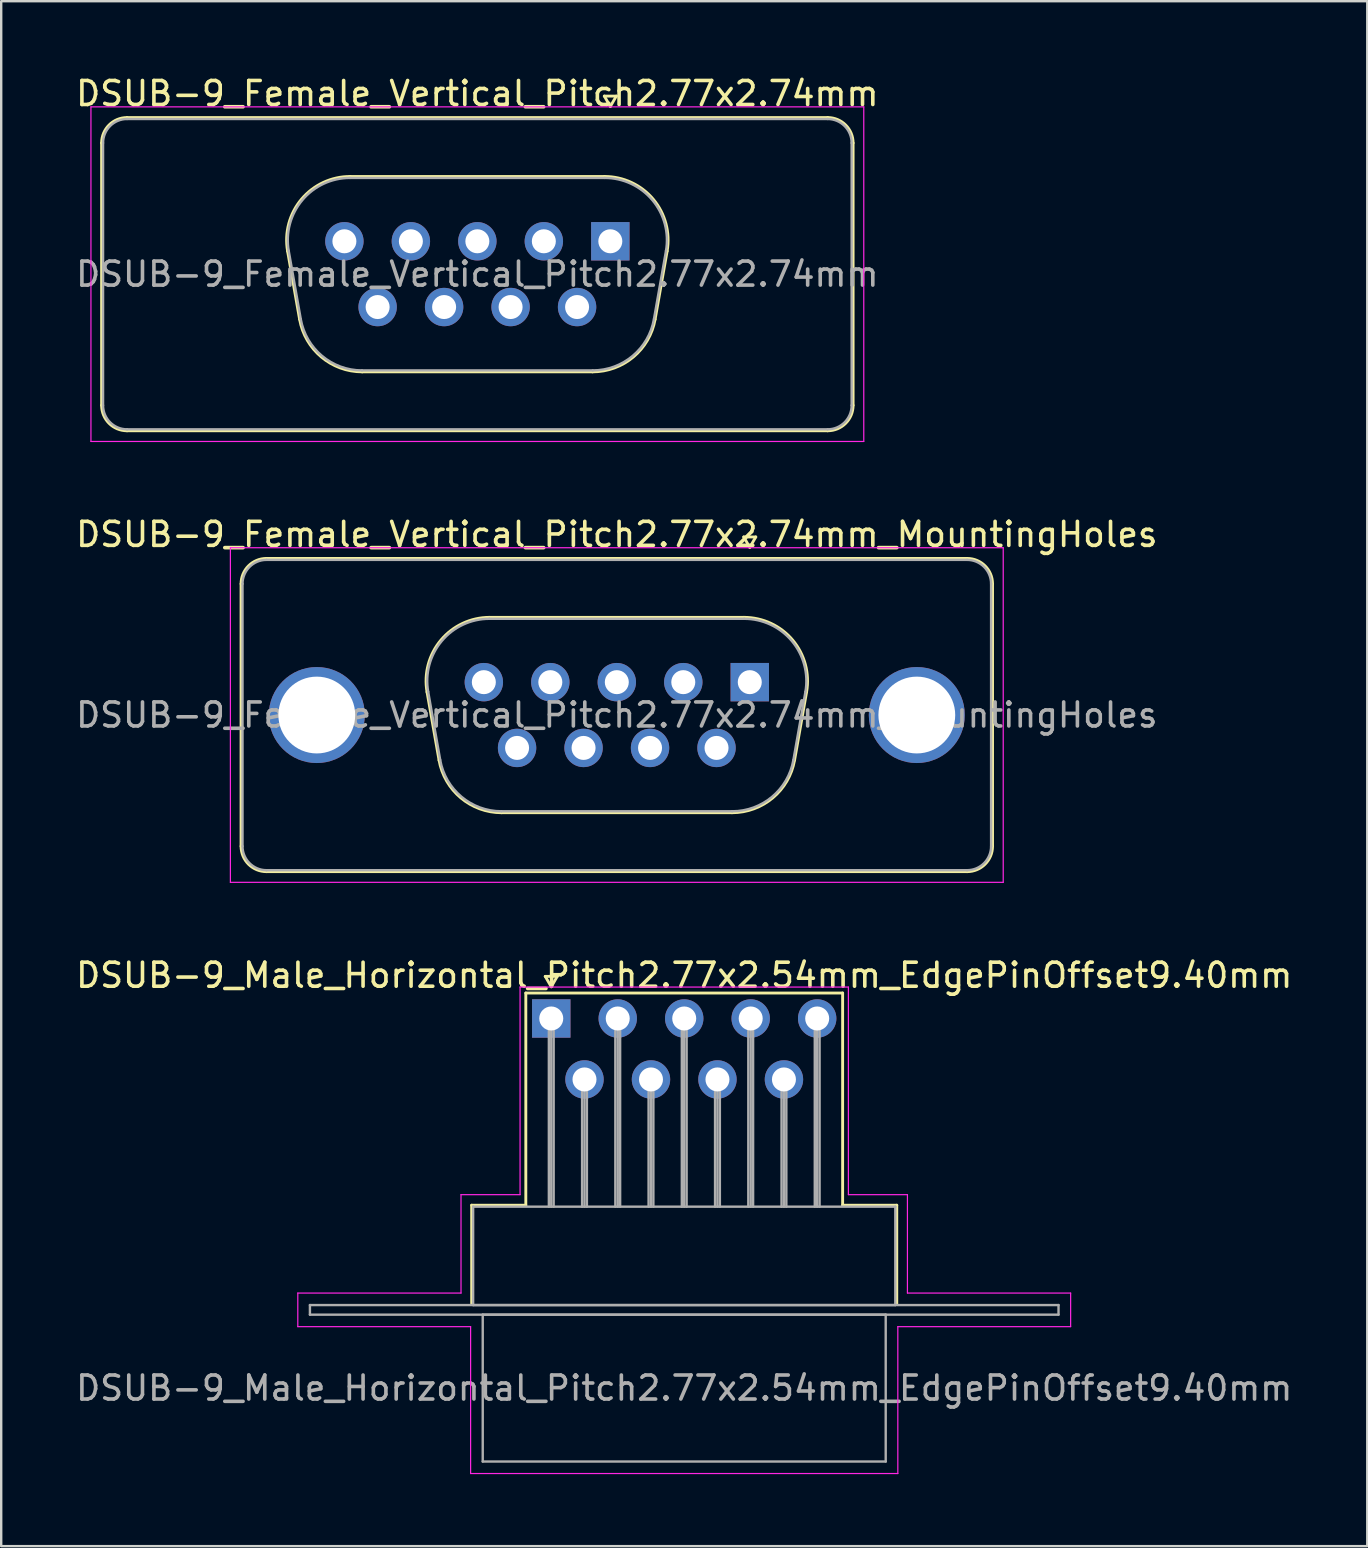
<source format=kicad_pcb>
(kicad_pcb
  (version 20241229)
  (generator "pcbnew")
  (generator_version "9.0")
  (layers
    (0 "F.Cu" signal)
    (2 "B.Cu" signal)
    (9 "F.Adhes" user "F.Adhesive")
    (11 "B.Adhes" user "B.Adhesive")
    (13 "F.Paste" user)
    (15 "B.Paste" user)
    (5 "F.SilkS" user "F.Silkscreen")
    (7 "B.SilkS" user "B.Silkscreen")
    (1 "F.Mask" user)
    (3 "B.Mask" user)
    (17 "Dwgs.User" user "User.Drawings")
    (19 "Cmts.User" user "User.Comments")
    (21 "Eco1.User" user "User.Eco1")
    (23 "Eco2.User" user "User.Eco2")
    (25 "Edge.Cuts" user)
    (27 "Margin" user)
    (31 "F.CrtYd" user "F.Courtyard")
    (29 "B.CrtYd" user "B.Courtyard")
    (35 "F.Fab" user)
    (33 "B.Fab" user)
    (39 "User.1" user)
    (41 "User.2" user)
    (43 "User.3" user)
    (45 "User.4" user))
  (footprint "DSUB-9_Female_Vertical_Pitch2.77x2.74mm_MountingHoles"
    (layer "F.Cu")
    (at 28.189 25.372)
    (property "Reference" "DSUB-9_Female_Vertical_Pitch2.77x2.74mm_MountingHoles" (at -5.54 -6.155 0) (layer "F.SilkS") (effects (font (size 1 1) (thickness 0.15))))
    (attr through_hole)
    (fp_line (start -21.195 6.835) (end -21.195 -4.095) (stroke (width 0.12) (type solid)) (layer "F.SilkS"))
    (fp_line (start -20.135 -5.155) (end 9.055 -5.155) (stroke (width 0.12) (type solid)) (layer "F.SilkS"))
    (fp_line (start -13.447 0.41) (end -12.946 3.25) (stroke (width 0.12) (type solid)) (layer "F.SilkS"))
    (fp_line (start -10.837 -2.7) (end -0.243 -2.7) (stroke (width 0.12) (type solid)) (layer "F.SilkS"))
    (fp_line (start -10.336 5.44) (end -0.744 5.44) (stroke (width 0.12) (type solid)) (layer "F.SilkS"))
    (fp_line (start -0.25 -6.049) (end 0.25 -6.049) (stroke (width 0.12) (type solid)) (layer "F.SilkS"))
    (fp_line (start 0 -5.616) (end -0.25 -6.049) (stroke (width 0.12) (type solid)) (layer "F.SilkS"))
    (fp_line (start 0.25 -6.049) (end 0 -5.616) (stroke (width 0.12) (type solid)) (layer "F.SilkS"))
    (fp_line (start 2.367 0.41) (end 1.866 3.25) (stroke (width 0.12) (type solid)) (layer "F.SilkS"))
    (fp_line (start 9.055 7.895) (end -20.135 7.895) (stroke (width 0.12) (type solid)) (layer "F.SilkS"))
    (fp_line (start 10.115 -4.095) (end 10.115 6.835) (stroke (width 0.12) (type solid)) (layer "F.SilkS"))
    (fp_arc (start -21.195 -4.095) (mid -20.884533 -4.844533) (end -20.135 -5.155) (stroke (width 0.12) (type solid)) (layer "F.SilkS"))
    (fp_arc (start -20.135 7.895) (mid -20.884533 7.584533) (end -21.195 6.835) (stroke (width 0.12) (type solid)) (layer "F.SilkS"))
    (fp_arc (start -13.446594 0.410168) (mid -12.866871 -1.753387) (end -10.836853 -2.7) (stroke (width 0.12) (type solid)) (layer "F.SilkS"))
    (fp_arc (start -10.336084 5.44) (mid -12.039471 4.820018) (end -12.945825 3.250168) (stroke (width 0.12) (type solid)) (layer "F.SilkS"))
    (fp_arc (start -0.243147 -2.7) (mid 1.786871 -1.753387) (end 2.366594 0.410168) (stroke (width 0.12) (type solid)) (layer "F.SilkS"))
    (fp_arc (start 1.865825 3.250168) (mid 0.959471 4.820018) (end -0.743916 5.44) (stroke (width 0.12) (type solid)) (layer "F.SilkS"))
    (fp_arc (start 9.055 -5.155) (mid 9.804533 -4.844533) (end 10.115 -4.095) (stroke (width 0.12) (type solid)) (layer "F.SilkS"))
    (fp_arc (start 10.115 6.835) (mid 9.804533 7.584533) (end 9.055 7.895) (stroke (width 0.12) (type solid)) (layer "F.SilkS"))
    (fp_line (start -21.64 -5.6) (end -21.64 8.34) (stroke (width 0.05) (type solid)) (layer "F.CrtYd"))
    (fp_line (start -21.64 8.34) (end 10.56 8.34) (stroke (width 0.05) (type solid)) (layer "F.CrtYd"))
    (fp_line (start 10.56 -5.6) (end -21.64 -5.6) (stroke (width 0.05) (type solid)) (layer "F.CrtYd"))
    (fp_line (start 10.56 8.34) (end 10.56 -5.6) (stroke (width 0.05) (type solid)) (layer "F.CrtYd"))
    (fp_line (start -21.135 6.835) (end -21.135 -4.095) (stroke (width 0.1) (type solid)) (layer "F.Fab"))
    (fp_line (start -20.135 -5.095) (end 9.055 -5.095) (stroke (width 0.1) (type solid)) (layer "F.Fab"))
    (fp_line (start -13.399 0.4) (end -12.898 3.24) (stroke (width 0.1) (type solid)) (layer "F.Fab"))
    (fp_line (start -10.848 -2.64) (end -0.232 -2.64) (stroke (width 0.1) (type solid)) (layer "F.Fab"))
    (fp_line (start -10.348 5.38) (end -0.732 5.38) (stroke (width 0.1) (type solid)) (layer "F.Fab"))
    (fp_line (start 2.319 0.4) (end 1.818 3.24) (stroke (width 0.1) (type solid)) (layer "F.Fab"))
    (fp_line (start 9.055 7.835) (end -20.135 7.835) (stroke (width 0.1) (type solid)) (layer "F.Fab"))
    (fp_line (start 10.055 -4.095) (end 10.055 6.835) (stroke (width 0.1) (type solid)) (layer "F.Fab"))
    (fp_arc (start -21.135 -4.095) (mid -20.842107 -4.802107) (end -20.135 -5.095) (stroke (width 0.1) (type solid)) (layer "F.Fab"))
    (fp_arc (start -20.135 7.835) (mid -20.842107 7.542107) (end -21.135 6.835) (stroke (width 0.1) (type solid)) (layer "F.Fab"))
    (fp_arc (start -13.39901 0.399749) (mid -12.832413 -1.71482) (end -10.848358 -2.64) (stroke (width 0.1) (type solid)) (layer "F.Fab"))
    (fp_arc (start -10.34759 5.38) (mid -12.01241 4.774055) (end -12.898242 3.239749) (stroke (width 0.1) (type solid)) (layer "F.Fab"))
    (fp_arc (start -0.231642 -2.64) (mid 1.752413 -1.71482) (end 2.31901 0.399749) (stroke (width 0.1) (type solid)) (layer "F.Fab"))
    (fp_arc (start 1.818242 3.239749) (mid 0.93241 4.774055) (end -0.73241 5.38) (stroke (width 0.1) (type solid)) (layer "F.Fab"))
    (fp_arc (start 9.055 -5.095) (mid 9.762107 -4.802107) (end 10.055 -4.095) (stroke (width 0.1) (type solid)) (layer "F.Fab"))
    (fp_arc (start 10.055 6.835) (mid 9.762107 7.542107) (end 9.055 7.835) (stroke (width 0.1) (type solid)) (layer "F.Fab"))
    (fp_text user "${REFERENCE}" (at -5.54 1.37 0) (layer "F.Fab") (effects (font (size 1 1) (thickness 0.15))))
    (pad "0" thru_hole circle (at -18.04 1.37) (size 4 4) (drill 3.2) (layers "*.Cu" "*.Mask"))
    (pad "0" thru_hole circle (at 6.96 1.37) (size 4 4) (drill 3.2) (layers "*.Cu" "*.Mask"))
    (pad "1" thru_hole rect (at 0 0) (size 1.6 1.6) (drill 1) (layers "*.Cu" "*.Mask"))
    (pad "2" thru_hole circle (at -2.77 0) (size 1.6 1.6) (drill 1) (layers "*.Cu" "*.Mask"))
    (pad "3" thru_hole circle (at -5.54 0) (size 1.6 1.6) (drill 1) (layers "*.Cu" "*.Mask"))
    (pad "4" thru_hole circle (at -8.31 0) (size 1.6 1.6) (drill 1) (layers "*.Cu" "*.Mask"))
    (pad "5" thru_hole circle (at -11.08 0) (size 1.6 1.6) (drill 1) (layers "*.Cu" "*.Mask"))
    (pad "6" thru_hole circle (at -1.385 2.74) (size 1.6 1.6) (drill 1) (layers "*.Cu" "*.Mask"))
    (pad "7" thru_hole circle (at -4.155 2.74) (size 1.6 1.6) (drill 1) (layers "*.Cu" "*.Mask"))
    (pad "8" thru_hole circle (at -6.925 2.74) (size 1.6 1.6) (drill 1) (layers "*.Cu" "*.Mask"))
    (pad "9" thru_hole circle (at -9.695 2.74) (size 1.6 1.6) (drill 1) (layers "*.Cu" "*.Mask")))
  (footprint "DSUB-9_Male_Horizontal_Pitch2.77x2.54mm_EdgePinOffset9.40mm"
    (layer "F.Cu")
    (at 19.918 39.385)
    (property "Reference" "DSUB-9_Male_Horizontal_Pitch2.77x2.54mm_EdgePinOffset9.40mm" (at 5.54 -1.8 0) (layer "F.SilkS") (effects (font (size 1 1) (thickness 0.15))))
    (attr through_hole)
    (fp_line (start -3.315 7.78) (end -1.06 7.78) (stroke (width 0.12) (type solid)) (layer "F.SilkS"))
    (fp_line (start -3.315 11.88) (end -3.315 7.78) (stroke (width 0.12) (type solid)) (layer "F.SilkS"))
    (fp_line (start -1.06 -1.06) (end 12.14 -1.06) (stroke (width 0.12) (type solid)) (layer "F.SilkS"))
    (fp_line (start -1.06 7.78) (end -1.06 -1.06) (stroke (width 0.12) (type solid)) (layer "F.SilkS"))
    (fp_line (start -0.25 -1.754) (end 0.25 -1.754) (stroke (width 0.12) (type solid)) (layer "F.SilkS"))
    (fp_line (start 0 -1.321) (end -0.25 -1.754) (stroke (width 0.12) (type solid)) (layer "F.SilkS"))
    (fp_line (start 0.25 -1.754) (end 0 -1.321) (stroke (width 0.12) (type solid)) (layer "F.SilkS"))
    (fp_line (start 12.14 -1.06) (end 12.14 7.78) (stroke (width 0.12) (type solid)) (layer "F.SilkS"))
    (fp_line (start 12.14 7.78) (end 14.395 7.78) (stroke (width 0.12) (type solid)) (layer "F.SilkS"))
    (fp_line (start 14.395 7.78) (end 14.395 11.88) (stroke (width 0.12) (type solid)) (layer "F.SilkS"))
    (fp_line (start -10.56 11.44) (end -3.76 11.44) (stroke (width 0.05) (type solid)) (layer "F.CrtYd"))
    (fp_line (start -10.56 12.84) (end -10.56 11.44) (stroke (width 0.05) (type solid)) (layer "F.CrtYd"))
    (fp_line (start -3.76 7.34) (end -1.3 7.34) (stroke (width 0.05) (type solid)) (layer "F.CrtYd"))
    (fp_line (start -3.76 11.44) (end -3.76 7.34) (stroke (width 0.05) (type solid)) (layer "F.CrtYd"))
    (fp_line (start -3.36 12.84) (end -10.56 12.84) (stroke (width 0.05) (type solid)) (layer "F.CrtYd"))
    (fp_line (start -3.36 18.96) (end -3.36 12.84) (stroke (width 0.05) (type solid)) (layer "F.CrtYd"))
    (fp_line (start -1.3 -1.31) (end 12.38 -1.31) (stroke (width 0.05) (type solid)) (layer "F.CrtYd"))
    (fp_line (start -1.3 7.34) (end -1.3 -1.31) (stroke (width 0.05) (type solid)) (layer "F.CrtYd"))
    (fp_line (start 12.38 -1.31) (end 12.38 7.34) (stroke (width 0.05) (type solid)) (layer "F.CrtYd"))
    (fp_line (start 12.38 7.34) (end 14.84 7.34) (stroke (width 0.05) (type solid)) (layer "F.CrtYd"))
    (fp_line (start 14.44 12.84) (end 14.44 18.96) (stroke (width 0.05) (type solid)) (layer "F.CrtYd"))
    (fp_line (start 14.44 18.96) (end -3.36 18.96) (stroke (width 0.05) (type solid)) (layer "F.CrtYd"))
    (fp_line (start 14.84 7.34) (end 14.84 11.44) (stroke (width 0.05) (type solid)) (layer "F.CrtYd"))
    (fp_line (start 14.84 11.44) (end 21.64 11.44) (stroke (width 0.05) (type solid)) (layer "F.CrtYd"))
    (fp_line (start 21.64 11.44) (end 21.64 12.84) (stroke (width 0.05) (type solid)) (layer "F.CrtYd"))
    (fp_line (start 21.64 12.84) (end 14.44 12.84) (stroke (width 0.05) (type solid)) (layer "F.CrtYd"))
    (fp_line (start -10.055 11.94) (end -10.055 12.34) (stroke (width 0.1) (type solid)) (layer "F.Fab"))
    (fp_line (start -10.055 12.34) (end 21.135 12.34) (stroke (width 0.1) (type solid)) (layer "F.Fab"))
    (fp_line (start -3.255 7.84) (end -3.255 11.94) (stroke (width 0.1) (type solid)) (layer "F.Fab"))
    (fp_line (start -3.255 11.94) (end 14.335 11.94) (stroke (width 0.1) (type solid)) (layer "F.Fab"))
    (fp_line (start -2.855 12.34) (end -2.855 18.46) (stroke (width 0.1) (type solid)) (layer "F.Fab"))
    (fp_line (start -2.855 18.46) (end 13.935 18.46) (stroke (width 0.1) (type solid)) (layer "F.Fab"))
    (fp_line (start -0.1 0) (end -0.1 7.84) (stroke (width 0.1) (type solid)) (layer "F.Fab"))
    (fp_line (start 0 0) (end 0 7.84) (stroke (width 0.1) (type solid)) (layer "F.Fab"))
    (fp_line (start 0.1 0) (end 0.1 7.84) (stroke (width 0.1) (type solid)) (layer "F.Fab"))
    (fp_line (start 1.285 2.54) (end 1.285 7.84) (stroke (width 0.1) (type solid)) (layer "F.Fab"))
    (fp_line (start 1.385 2.54) (end 1.385 7.84) (stroke (width 0.1) (type solid)) (layer "F.Fab"))
    (fp_line (start 1.485 2.54) (end 1.485 7.84) (stroke (width 0.1) (type solid)) (layer "F.Fab"))
    (fp_line (start 2.67 0) (end 2.67 7.84) (stroke (width 0.1) (type solid)) (layer "F.Fab"))
    (fp_line (start 2.77 0) (end 2.77 7.84) (stroke (width 0.1) (type solid)) (layer "F.Fab"))
    (fp_line (start 2.87 0) (end 2.87 7.84) (stroke (width 0.1) (type solid)) (layer "F.Fab"))
    (fp_line (start 4.055 2.54) (end 4.055 7.84) (stroke (width 0.1) (type solid)) (layer "F.Fab"))
    (fp_line (start 4.155 2.54) (end 4.155 7.84) (stroke (width 0.1) (type solid)) (layer "F.Fab"))
    (fp_line (start 4.255 2.54) (end 4.255 7.84) (stroke (width 0.1) (type solid)) (layer "F.Fab"))
    (fp_line (start 5.44 0) (end 5.44 7.84) (stroke (width 0.1) (type solid)) (layer "F.Fab"))
    (fp_line (start 5.54 0) (end 5.54 7.84) (stroke (width 0.1) (type solid)) (layer "F.Fab"))
    (fp_line (start 5.64 0) (end 5.64 7.84) (stroke (width 0.1) (type solid)) (layer "F.Fab"))
    (fp_line (start 6.825 2.54) (end 6.825 7.84) (stroke (width 0.1) (type solid)) (layer "F.Fab"))
    (fp_line (start 6.925 2.54) (end 6.925 7.84) (stroke (width 0.1) (type solid)) (layer "F.Fab"))
    (fp_line (start 7.025 2.54) (end 7.025 7.84) (stroke (width 0.1) (type solid)) (layer "F.Fab"))
    (fp_line (start 8.21 0) (end 8.21 7.84) (stroke (width 0.1) (type solid)) (layer "F.Fab"))
    (fp_line (start 8.31 0) (end 8.31 7.84) (stroke (width 0.1) (type solid)) (layer "F.Fab"))
    (fp_line (start 8.41 0) (end 8.41 7.84) (stroke (width 0.1) (type solid)) (layer "F.Fab"))
    (fp_line (start 9.595 2.54) (end 9.595 7.84) (stroke (width 0.1) (type solid)) (layer "F.Fab"))
    (fp_line (start 9.695 2.54) (end 9.695 7.84) (stroke (width 0.1) (type solid)) (layer "F.Fab"))
    (fp_line (start 9.795 2.54) (end 9.795 7.84) (stroke (width 0.1) (type solid)) (layer "F.Fab"))
    (fp_line (start 10.98 0) (end 10.98 7.84) (stroke (width 0.1) (type solid)) (layer "F.Fab"))
    (fp_line (start 11.08 0) (end 11.08 7.84) (stroke (width 0.1) (type solid)) (layer "F.Fab"))
    (fp_line (start 11.18 0) (end 11.18 7.84) (stroke (width 0.1) (type solid)) (layer "F.Fab"))
    (fp_line (start 13.935 12.34) (end -2.855 12.34) (stroke (width 0.1) (type solid)) (layer "F.Fab"))
    (fp_line (start 13.935 18.46) (end 13.935 12.34) (stroke (width 0.1) (type solid)) (layer "F.Fab"))
    (fp_line (start 14.335 7.84) (end -3.255 7.84) (stroke (width 0.1) (type solid)) (layer "F.Fab"))
    (fp_line (start 14.335 11.94) (end 14.335 7.84) (stroke (width 0.1) (type solid)) (layer "F.Fab"))
    (fp_line (start 21.135 11.94) (end -10.055 11.94) (stroke (width 0.1) (type solid)) (layer "F.Fab"))
    (fp_line (start 21.135 12.34) (end 21.135 11.94) (stroke (width 0.1) (type solid)) (layer "F.Fab"))
    (fp_text user "${REFERENCE}" (at 5.54 15.4 0) (layer "F.Fab") (effects (font (size 1 1) (thickness 0.15))))
    (pad "1" thru_hole rect (at 0 0) (size 1.6 1.6) (drill 1) (layers "*.Cu" "*.Mask"))
    (pad "2" thru_hole circle (at 2.77 0) (size 1.6 1.6) (drill 1) (layers "*.Cu" "*.Mask"))
    (pad "3" thru_hole circle (at 5.54 0) (size 1.6 1.6) (drill 1) (layers "*.Cu" "*.Mask"))
    (pad "4" thru_hole circle (at 8.31 0) (size 1.6 1.6) (drill 1) (layers "*.Cu" "*.Mask"))
    (pad "5" thru_hole circle (at 11.08 0) (size 1.6 1.6) (drill 1) (layers "*.Cu" "*.Mask"))
    (pad "6" thru_hole circle (at 1.385 2.54) (size 1.6 1.6) (drill 1) (layers "*.Cu" "*.Mask"))
    (pad "7" thru_hole circle (at 4.155 2.54) (size 1.6 1.6) (drill 1) (layers "*.Cu" "*.Mask"))
    (pad "8" thru_hole circle (at 6.925 2.54) (size 1.6 1.6) (drill 1) (layers "*.Cu" "*.Mask"))
    (pad "9" thru_hole circle (at 9.695 2.54) (size 1.6 1.6) (drill 1) (layers "*.Cu" "*.Mask")))
  (footprint "DSUB-9_Female_Vertical_Pitch2.77x2.74mm"
    (layer "F.Cu")
    (at 22.379 7.003)
    (property "Reference" "DSUB-9_Female_Vertical_Pitch2.77x2.74mm" (at -5.54 -6.155 0) (layer "F.SilkS") (effects (font (size 1 1) (thickness 0.15))))
    (attr through_hole)
    (fp_line (start -21.195 6.835) (end -21.195 -4.095) (stroke (width 0.12) (type solid)) (layer "F.SilkS"))
    (fp_line (start -20.135 -5.155) (end 9.055 -5.155) (stroke (width 0.12) (type solid)) (layer "F.SilkS"))
    (fp_line (start -13.447 0.41) (end -12.946 3.25) (stroke (width 0.12) (type solid)) (layer "F.SilkS"))
    (fp_line (start -10.837 -2.7) (end -0.243 -2.7) (stroke (width 0.12) (type solid)) (layer "F.SilkS"))
    (fp_line (start -10.336 5.44) (end -0.744 5.44) (stroke (width 0.12) (type solid)) (layer "F.SilkS"))
    (fp_line (start -0.25 -6.049) (end 0.25 -6.049) (stroke (width 0.12) (type solid)) (layer "F.SilkS"))
    (fp_line (start 0 -5.616) (end -0.25 -6.049) (stroke (width 0.12) (type solid)) (layer "F.SilkS"))
    (fp_line (start 0.25 -6.049) (end 0 -5.616) (stroke (width 0.12) (type solid)) (layer "F.SilkS"))
    (fp_line (start 2.367 0.41) (end 1.866 3.25) (stroke (width 0.12) (type solid)) (layer "F.SilkS"))
    (fp_line (start 9.055 7.895) (end -20.135 7.895) (stroke (width 0.12) (type solid)) (layer "F.SilkS"))
    (fp_line (start 10.115 -4.095) (end 10.115 6.835) (stroke (width 0.12) (type solid)) (layer "F.SilkS"))
    (fp_arc (start -21.195 -4.095) (mid -20.884533 -4.844533) (end -20.135 -5.155) (stroke (width 0.12) (type solid)) (layer "F.SilkS"))
    (fp_arc (start -20.135 7.895) (mid -20.884533 7.584533) (end -21.195 6.835) (stroke (width 0.12) (type solid)) (layer "F.SilkS"))
    (fp_arc (start -13.446594 0.410168) (mid -12.866871 -1.753387) (end -10.836853 -2.7) (stroke (width 0.12) (type solid)) (layer "F.SilkS"))
    (fp_arc (start -10.336084 5.44) (mid -12.039471 4.820018) (end -12.945825 3.250168) (stroke (width 0.12) (type solid)) (layer "F.SilkS"))
    (fp_arc (start -0.243147 -2.7) (mid 1.786871 -1.753387) (end 2.366594 0.410168) (stroke (width 0.12) (type solid)) (layer "F.SilkS"))
    (fp_arc (start 1.865825 3.250168) (mid 0.959471 4.820018) (end -0.743916 5.44) (stroke (width 0.12) (type solid)) (layer "F.SilkS"))
    (fp_arc (start 9.055 -5.155) (mid 9.804533 -4.844533) (end 10.115 -4.095) (stroke (width 0.12) (type solid)) (layer "F.SilkS"))
    (fp_arc (start 10.115 6.835) (mid 9.804533 7.584533) (end 9.055 7.895) (stroke (width 0.12) (type solid)) (layer "F.SilkS"))
    (fp_line (start -21.64 -5.6) (end -21.64 8.34) (stroke (width 0.05) (type solid)) (layer "F.CrtYd"))
    (fp_line (start -21.64 8.34) (end 10.56 8.34) (stroke (width 0.05) (type solid)) (layer "F.CrtYd"))
    (fp_line (start 10.56 -5.6) (end -21.64 -5.6) (stroke (width 0.05) (type solid)) (layer "F.CrtYd"))
    (fp_line (start 10.56 8.34) (end 10.56 -5.6) (stroke (width 0.05) (type solid)) (layer "F.CrtYd"))
    (fp_line (start -21.135 6.835) (end -21.135 -4.095) (stroke (width 0.1) (type solid)) (layer "F.Fab"))
    (fp_line (start -20.135 -5.095) (end 9.055 -5.095) (stroke (width 0.1) (type solid)) (layer "F.Fab"))
    (fp_line (start -13.399 0.4) (end -12.898 3.24) (stroke (width 0.1) (type solid)) (layer "F.Fab"))
    (fp_line (start -10.848 -2.64) (end -0.232 -2.64) (stroke (width 0.1) (type solid)) (layer "F.Fab"))
    (fp_line (start -10.348 5.38) (end -0.732 5.38) (stroke (width 0.1) (type solid)) (layer "F.Fab"))
    (fp_line (start 2.319 0.4) (end 1.818 3.24) (stroke (width 0.1) (type solid)) (layer "F.Fab"))
    (fp_line (start 9.055 7.835) (end -20.135 7.835) (stroke (width 0.1) (type solid)) (layer "F.Fab"))
    (fp_line (start 10.055 -4.095) (end 10.055 6.835) (stroke (width 0.1) (type solid)) (layer "F.Fab"))
    (fp_arc (start -21.135 -4.095) (mid -20.842107 -4.802107) (end -20.135 -5.095) (stroke (width 0.1) (type solid)) (layer "F.Fab"))
    (fp_arc (start -20.135 7.835) (mid -20.842107 7.542107) (end -21.135 6.835) (stroke (width 0.1) (type solid)) (layer "F.Fab"))
    (fp_arc (start -13.39901 0.399749) (mid -12.832413 -1.71482) (end -10.848358 -2.64) (stroke (width 0.1) (type solid)) (layer "F.Fab"))
    (fp_arc (start -10.34759 5.38) (mid -12.01241 4.774055) (end -12.898242 3.239749) (stroke (width 0.1) (type solid)) (layer "F.Fab"))
    (fp_arc (start -0.231642 -2.64) (mid 1.752413 -1.71482) (end 2.31901 0.399749) (stroke (width 0.1) (type solid)) (layer "F.Fab"))
    (fp_arc (start 1.818242 3.239749) (mid 0.93241 4.774055) (end -0.73241 5.38) (stroke (width 0.1) (type solid)) (layer "F.Fab"))
    (fp_arc (start 9.055 -5.095) (mid 9.762107 -4.802107) (end 10.055 -4.095) (stroke (width 0.1) (type solid)) (layer "F.Fab"))
    (fp_arc (start 10.055 6.835) (mid 9.762107 7.542107) (end 9.055 7.835) (stroke (width 0.1) (type solid)) (layer "F.Fab"))
    (fp_text user "${REFERENCE}" (at -5.54 1.37 0) (layer "F.Fab") (effects (font (size 1 1) (thickness 0.15))))
    (pad "1" thru_hole rect (at 0 0) (size 1.6 1.6) (drill 1) (layers "*.Cu" "*.Mask"))
    (pad "2" thru_hole circle (at -2.77 0) (size 1.6 1.6) (drill 1) (layers "*.Cu" "*.Mask"))
    (pad "3" thru_hole circle (at -5.54 0) (size 1.6 1.6) (drill 1) (layers "*.Cu" "*.Mask"))
    (pad "4" thru_hole circle (at -8.31 0) (size 1.6 1.6) (drill 1) (layers "*.Cu" "*.Mask"))
    (pad "5" thru_hole circle (at -11.08 0) (size 1.6 1.6) (drill 1) (layers "*.Cu" "*.Mask"))
    (pad "6" thru_hole circle (at -1.385 2.74) (size 1.6 1.6) (drill 1) (layers "*.Cu" "*.Mask"))
    (pad "7" thru_hole circle (at -4.155 2.74) (size 1.6 1.6) (drill 1) (layers "*.Cu" "*.Mask"))
    (pad "8" thru_hole circle (at -6.925 2.74) (size 1.6 1.6) (drill 1) (layers "*.Cu" "*.Mask"))
    (pad "9" thru_hole circle (at -9.695 2.74) (size 1.6 1.6) (drill 1) (layers "*.Cu" "*.Mask")))
  (gr_rect
    (start -3 -3)
    (end 53.917 61.37)
    (stroke (width 0.1) (type default))
    (fill no)
    (layer "Edge.Cuts")))
</source>
